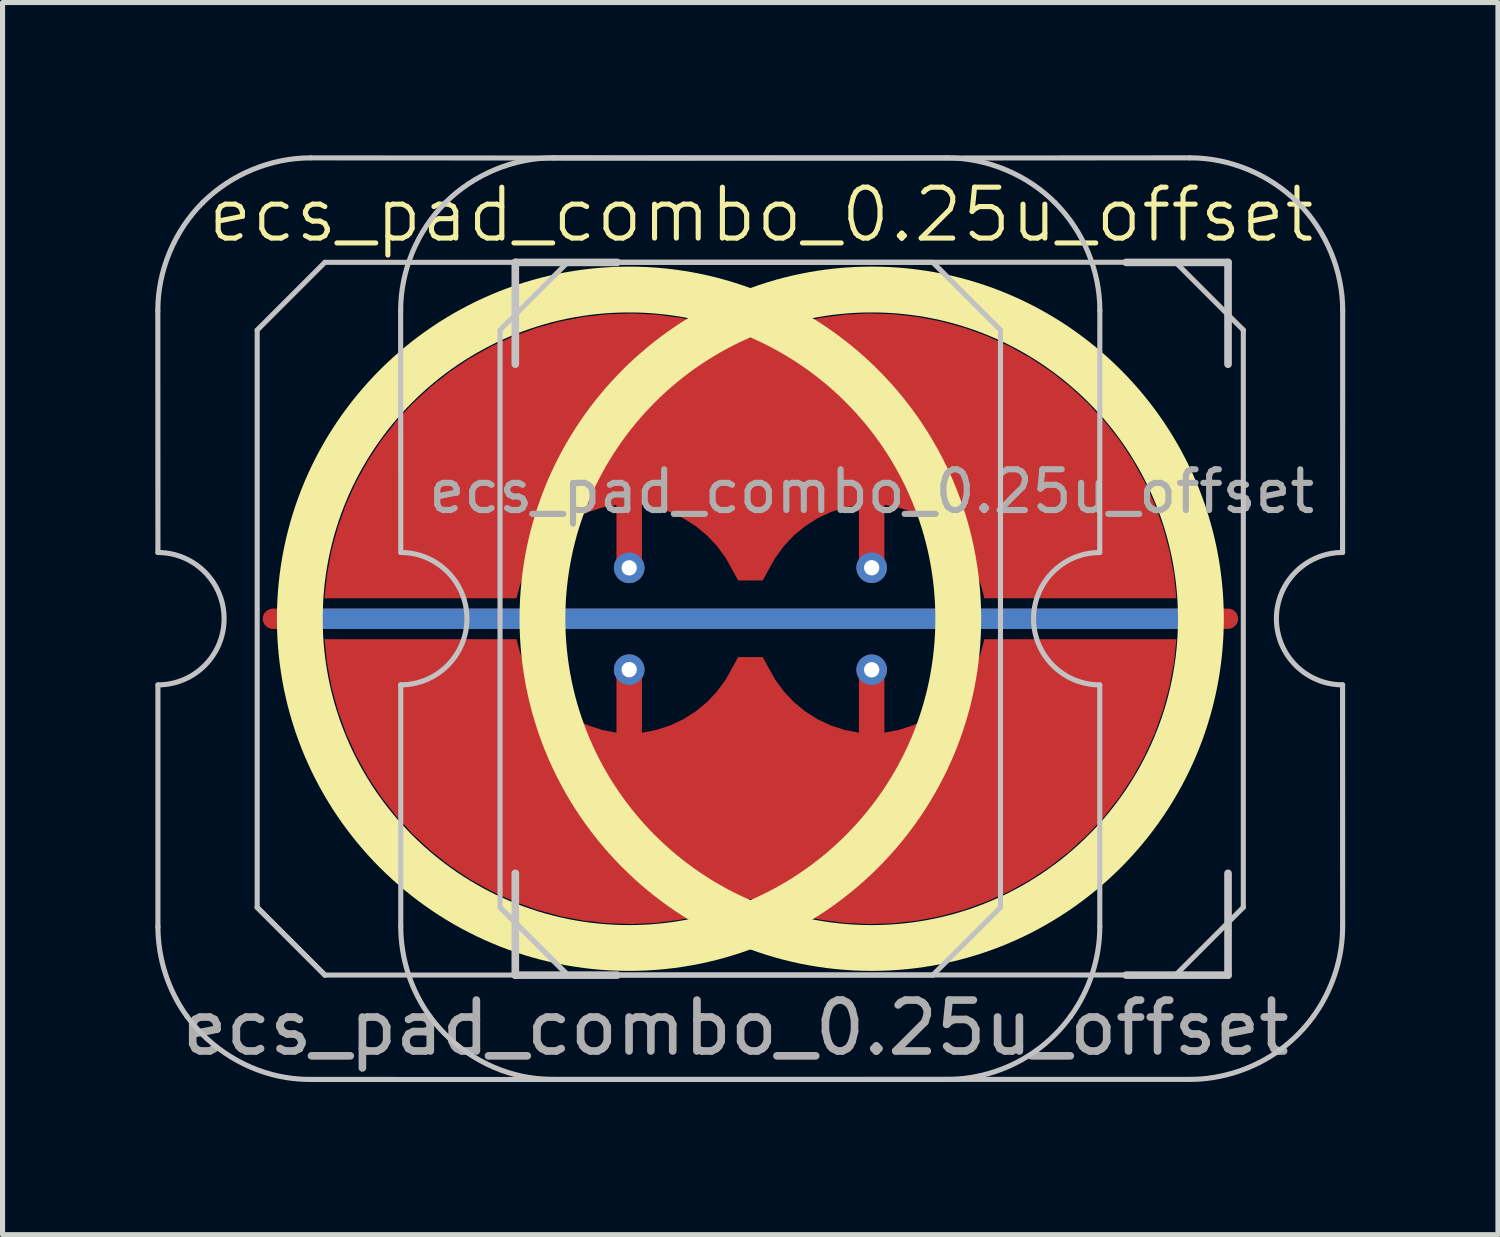
<source format=kicad_pcb>
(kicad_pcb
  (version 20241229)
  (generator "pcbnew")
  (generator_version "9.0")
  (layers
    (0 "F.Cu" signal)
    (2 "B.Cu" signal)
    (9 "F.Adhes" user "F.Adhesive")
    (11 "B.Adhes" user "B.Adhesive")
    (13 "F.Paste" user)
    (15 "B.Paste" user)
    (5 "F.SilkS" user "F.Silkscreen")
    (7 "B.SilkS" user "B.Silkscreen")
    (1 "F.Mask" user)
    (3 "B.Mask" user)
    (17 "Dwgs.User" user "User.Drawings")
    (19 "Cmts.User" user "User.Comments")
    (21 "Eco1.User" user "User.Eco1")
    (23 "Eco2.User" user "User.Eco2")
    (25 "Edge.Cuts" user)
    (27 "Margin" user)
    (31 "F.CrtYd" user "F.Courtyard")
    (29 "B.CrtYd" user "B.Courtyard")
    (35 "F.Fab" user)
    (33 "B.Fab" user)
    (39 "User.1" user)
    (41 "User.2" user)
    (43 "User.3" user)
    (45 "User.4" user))
  (footprint "ecs_pad_combo_0.25u_offset"
    (layer "F.Cu")
    (at 14.072 9.104)
    (property "Reference" "ecs_pad_combo_0.25u_offset" (at -2.17 -7.935 0) (unlocked yes) (layer "F.SilkS") (effects (font (size 1 1) (thickness 0.1))))
    (attr smd)
    (fp_circle (center -4.766 0) (end 1.701 0) (stroke (width 0.9) (type solid)) (fill no) (layer "F.SilkS"))
    (fp_circle (center 0 0) (end 6.467 0) (stroke (width 0.9) (type solid)) (fill no) (layer "F.SilkS"))
    (fp_line (start -14.022 -6.052) (end -14.02 -1.301) (stroke (width 0.1) (type solid)) (layer "Dwgs.User"))
    (fp_line (start -14.02 1.299) (end -14.02 6.048) (stroke (width 0.1) (type solid)) (layer "Dwgs.User"))
    (fp_line (start -12.07 -5.671) (end -10.74 -7.001) (stroke (width 0.1) (type solid)) (layer "Dwgs.User"))
    (fp_line (start -12.07 5.669) (end -12.07 -5.671) (stroke (width 0.1) (type solid)) (layer "Dwgs.User"))
    (fp_line (start -12.07 5.669) (end -10.74 6.999) (stroke (width 0.1) (type solid)) (layer "Dwgs.User"))
    (fp_line (start -10.74 -7.001) (end 1.2 -7.001) (stroke (width 0.1) (type solid)) (layer "Dwgs.User"))
    (fp_line (start -10.74 6.999) (end -12.07 5.669) (stroke (width 0.1) (type solid)) (layer "Dwgs.User"))
    (fp_line (start -9.252 -6.052) (end -9.25 -1.302) (stroke (width 0.1) (type solid)) (layer "Dwgs.User"))
    (fp_line (start -9.25 1.298) (end -9.25 6.047) (stroke (width 0.1) (type solid)) (layer "Dwgs.User"))
    (fp_line (start -7.3 -5.672) (end -5.97 -7.002) (stroke (width 0.1) (type solid)) (layer "Dwgs.User"))
    (fp_line (start -7.3 5.668) (end -7.3 -5.672) (stroke (width 0.1) (type solid)) (layer "Dwgs.User"))
    (fp_line (start -7.3 5.668) (end -5.97 6.998) (stroke (width 0.1) (type solid)) (layer "Dwgs.User"))
    (fp_line (start -7 -7) (end -7 -5) (stroke (width 0.15) (type solid)) (layer "Dwgs.User"))
    (fp_line (start -7 5) (end -7 7) (stroke (width 0.15) (type solid)) (layer "Dwgs.User"))
    (fp_line (start -7 7) (end -5 7) (stroke (width 0.15) (type solid)) (layer "Dwgs.User"))
    (fp_line (start -5.97 -7.002) (end 5.97 -7.002) (stroke (width 0.1) (type solid)) (layer "Dwgs.User"))
    (fp_line (start -5.97 6.998) (end -7.3 5.668) (stroke (width 0.1) (type solid)) (layer "Dwgs.User"))
    (fp_line (start -5 -7) (end -7 -7) (stroke (width 0.15) (type solid)) (layer "Dwgs.User"))
    (fp_line (start 1.2 -7.001) (end 2.53 -5.671) (stroke (width 0.1) (type solid)) (layer "Dwgs.User"))
    (fp_line (start 1.2 6.999) (end -10.74 6.999) (stroke (width 0.1) (type solid)) (layer "Dwgs.User"))
    (fp_line (start 2.53 -5.671) (end 2.53 5.669) (stroke (width 0.1) (type solid)) (layer "Dwgs.User"))
    (fp_line (start 2.53 5.669) (end 1.2 6.999) (stroke (width 0.1) (type solid)) (layer "Dwgs.User"))
    (fp_line (start 4.48 1.299) (end 4.481 6.048) (stroke (width 0.1) (type solid)) (layer "Dwgs.User"))
    (fp_line (start 4.482 -6.052) (end 4.48 -1.301) (stroke (width 0.1) (type solid)) (layer "Dwgs.User"))
    (fp_line (start 5 -7) (end 7 -7) (stroke (width 0.15) (type solid)) (layer "Dwgs.User"))
    (fp_line (start 5 7) (end 7 7) (stroke (width 0.15) (type solid)) (layer "Dwgs.User"))
    (fp_line (start 5.97 -7.002) (end 7.3 -5.672) (stroke (width 0.1) (type solid)) (layer "Dwgs.User"))
    (fp_line (start 5.97 6.998) (end -5.97 6.998) (stroke (width 0.1) (type solid)) (layer "Dwgs.User"))
    (fp_line (start 7 -7) (end 7 -5) (stroke (width 0.15) (type solid)) (layer "Dwgs.User"))
    (fp_line (start 7 7) (end 7 5) (stroke (width 0.15) (type solid)) (layer "Dwgs.User"))
    (fp_line (start 7.3 -5.672) (end 7.3 5.668) (stroke (width 0.1) (type solid)) (layer "Dwgs.User"))
    (fp_line (start 7.3 5.668) (end 5.97 6.998) (stroke (width 0.1) (type solid)) (layer "Dwgs.User"))
    (fp_line (start 9.25 1.298) (end 9.251 6.047) (stroke (width 0.1) (type solid)) (layer "Dwgs.User"))
    (fp_line (start 9.252 -6.052) (end 9.25 -1.302) (stroke (width 0.1) (type solid)) (layer "Dwgs.User"))
    (fp_arc (start -14.020059 -1.301143) (mid -12.720059 -0.001143) (end -14.020059 1.298857) (stroke (width 0.1) (type solid)) (layer "Dwgs.User"))
    (fp_arc (start -9.25 -1.302) (mid -7.95 -0.002) (end -9.25 1.298) (stroke (width 0.1) (type solid)) (layer "Dwgs.User"))
    (fp_arc (start 4.479941 1.298857) (mid 3.17994 -0.001143) (end 4.479941 -1.301143) (stroke (width 0.1) (type solid)) (layer "Dwgs.User"))
    (fp_arc (start 9.25 1.298) (mid 7.95 -0.002) (end 9.25 -1.302) (stroke (width 0.1) (type solid)) (layer "Dwgs.User"))
    (fp_curve (pts (xy -14.02 6.048) (xy -14.02 6.676) (xy -13.816 7.305) (xy -13.447 7.813)) (stroke (width 0.1) (type solid)) (layer "Dwgs.User"))
    (fp_curve (pts (xy -13.447 7.813) (xy -12.986 8.447) (xy -12.266 8.892) (xy -11.49 9.013)) (stroke (width 0.1) (type solid)) (layer "Dwgs.User"))
    (fp_curve (pts (xy -13.142 -8.173) (xy -13.696 -7.619) (xy -14.024 -6.837) (xy -14.022 -6.052)) (stroke (width 0.1) (type solid)) (layer "Dwgs.User"))
    (fp_curve (pts (xy -11.49 9.013) (xy -11.334 9.038) (xy -11.177 9.049) (xy -11.02 9.049)) (stroke (width 0.1) (type solid)) (layer "Dwgs.User"))
    (fp_curve (pts (xy -11.02 9.049) (xy -6.888 9.051) (xy -2.653 9.049) (xy 1.48 9.049)) (stroke (width 0.1) (type solid)) (layer "Dwgs.User"))
    (fp_curve (pts (xy -11.02 -9.053) (xy -11.805 -9.054) (xy -12.587 -8.727) (xy -13.142 -8.173)) (stroke (width 0.1) (type solid)) (layer "Dwgs.User"))
    (fp_curve (pts (xy -9.25 6.047) (xy -9.25 6.675) (xy -9.046 7.305) (xy -8.677 7.812)) (stroke (width 0.1) (type solid)) (layer "Dwgs.User"))
    (fp_curve (pts (xy -8.677 7.812) (xy -8.215 8.447) (xy -7.496 8.891) (xy -6.72 9.013)) (stroke (width 0.1) (type solid)) (layer "Dwgs.User"))
    (fp_curve (pts (xy -8.372 -8.174) (xy -8.926 -7.62) (xy -9.254 -6.838) (xy -9.252 -6.052)) (stroke (width 0.1) (type solid)) (layer "Dwgs.User"))
    (fp_curve (pts (xy -6.72 9.013) (xy -6.564 9.037) (xy -6.407 9.048) (xy -6.25 9.048)) (stroke (width 0.1) (type solid)) (layer "Dwgs.User"))
    (fp_curve (pts (xy -6.25 9.048) (xy -2.118 9.05) (xy 2.117 9.048) (xy 6.25 9.048)) (stroke (width 0.1) (type solid)) (layer "Dwgs.User"))
    (fp_curve (pts (xy -6.25 -9.054) (xy -7.035 -9.055) (xy -7.817 -8.728) (xy -8.372 -8.174)) (stroke (width 0.1) (type solid)) (layer "Dwgs.User"))
    (fp_curve (pts (xy 1.48 -9.053) (xy -2.654 -9.048) (xy -6.886 -9.048) (xy -11.02 -9.053)) (stroke (width 0.1) (type solid)) (layer "Dwgs.User"))
    (fp_curve (pts (xy 1.48 9.049) (xy 2.108 9.049) (xy 2.734 8.843) (xy 3.243 8.475)) (stroke (width 0.1) (type solid)) (layer "Dwgs.User"))
    (fp_curve (pts (xy 3.243 8.475) (xy 3.497 8.29) (xy 3.722 8.065) (xy 3.906 7.811)) (stroke (width 0.1) (type solid)) (layer "Dwgs.User"))
    (fp_curve (pts (xy 3.601 -8.173) (xy 3.047 -8.727) (xy 2.265 -9.054) (xy 1.48 -9.053)) (stroke (width 0.1) (type solid)) (layer "Dwgs.User"))
    (fp_curve (pts (xy 3.906 7.811) (xy 4.275 7.302) (xy 4.481 6.677) (xy 4.481 6.048)) (stroke (width 0.1) (type solid)) (layer "Dwgs.User"))
    (fp_curve (pts (xy 4.482 -6.052) (xy 4.484 -6.837) (xy 4.156 -7.619) (xy 3.601 -8.173)) (stroke (width 0.1) (type solid)) (layer "Dwgs.User"))
    (fp_curve (pts (xy 6.25 -9.054) (xy 2.116 -9.048) (xy -2.116 -9.048) (xy -6.25 -9.054)) (stroke (width 0.1) (type solid)) (layer "Dwgs.User"))
    (fp_curve (pts (xy 6.25 9.048) (xy 6.878 9.048) (xy 7.504 8.842) (xy 8.013 8.474)) (stroke (width 0.1) (type solid)) (layer "Dwgs.User"))
    (fp_curve (pts (xy 8.013 8.474) (xy 8.267 8.289) (xy 8.492 8.064) (xy 8.676 7.81)) (stroke (width 0.1) (type solid)) (layer "Dwgs.User"))
    (fp_curve (pts (xy 8.372 -8.174) (xy 7.817 -8.728) (xy 7.035 -9.055) (xy 6.25 -9.054)) (stroke (width 0.1) (type solid)) (layer "Dwgs.User"))
    (fp_curve (pts (xy 8.676 7.81) (xy 9.045 7.301) (xy 9.251 6.676) (xy 9.251 6.047)) (stroke (width 0.1) (type solid)) (layer "Dwgs.User"))
    (fp_curve (pts (xy 9.252 -6.052) (xy 9.254 -6.838) (xy 8.926 -7.62) (xy 8.372 -8.174)) (stroke (width 0.1) (type solid)) (layer "Dwgs.User"))
    (fp_circle (center -4.763 0) (end -3.763 0) (stroke (width 0.1) (type default)) (fill no) (layer "Eco1.User"))
    (fp_circle (center 0 0) (end 1 0) (stroke (width 0.1) (type default)) (fill no) (layer "Eco1.User"))
    (fp_text user "${REFERENCE}" (at -2.67 8.035 0) (unlocked yes) (layer "F.Fab") (effects (font (size 1 1) (thickness 0.15))))
    (fp_text user "${REFERENCE}" (at 0 -2.5 0) (layer "F.Fab") (effects (font (size 0.8 0.8) (thickness 0.12))))
    (pad "1" thru_hole circle (at -4.763 -1) (size 0.6 0.6) (drill 0.3) (layers "*.Cu"))
    (pad "1" smd custom (at 0 -1.002 180) (size 0.169 0.169) (layers "F.Cu") (options (anchor circle)) (primitives (gr_poly (pts (xy -0.231 -0.096) (xy -0.177 -0.177) (xy -0.096 -0.231) (xy 0 -0.25) (xy 0.096 -0.231) (xy 0.177 -0.177) (xy 0.231 -0.096) (xy 0.25 0) (xy 0.25 1.236) (xy 0.532 1.182) (xy 0.805 1.093) (xy 1.064 0.971) (xy 1.307 0.817) (xy 1.528 0.635) (xy 1.725 0.426) (xy 1.894 0.194) (xy 2.034 -0.056) (xy 2.141 -0.25) (xy 2.214 -0.25) (xy 2.549 -0.25) (xy 2.622 -0.25) (xy 2.729 -0.056) (xy 2.868 0.194) (xy 3.038 0.426) (xy 3.235 0.635) (xy 3.456 0.817) (xy 3.698 0.971) (xy 3.958 1.093) (xy 4.231 1.182) (xy 4.512 1.236) (xy 4.512 0) (xy 4.532 -0.096) (xy 4.586 -0.177) (xy 4.667 -0.231) (xy 4.763 -0.25) (xy 4.858 -0.231) (xy 4.939 -0.177) (xy 4.993 -0.096) (xy 5.013 0) (xy 5.013 1.236) (xy 5.294 1.182) (xy 5.567 1.093) (xy 5.827 0.971) (xy 6.069 0.817) (xy 6.29 0.635) (xy 6.487 0.426) (xy 6.657 0.194) (xy 6.796 -0.056) (xy 6.903 -0.323) (xy 6.976 -0.6) (xy 10.748 -0.6) (xy 10.697 -0.125) (xy 10.609 0.344) (xy 10.483 0.805) (xy 10.321 1.255) (xy 10.123 1.69) (xy 9.892 2.108) (xy 9.628 2.506) (xy 9.333 2.882) (xy 9.01 3.233) (xy 8.659 3.557) (xy 8.284 3.853) (xy 7.886 4.118) (xy 7.469 4.35) (xy 7.034 4.548) (xy 6.585 4.711) (xy 6.125 4.838) (xy 5.655 4.928) (xy 5.18 4.98) (xy 4.703 4.995) (xy 4.226 4.971) (xy 3.752 4.909) (xy 3.285 4.81) (xy 2.827 4.674) (xy 2.381 4.502) (xy 1.936 4.674) (xy 1.478 4.81) (xy 1.01 4.909) (xy 0.537 4.971) (xy 0.06 4.995) (xy -0.418 4.98) (xy -0.893 4.928) (xy -1.362 4.838) (xy -1.823 4.711) (xy -2.272 4.548) (xy -2.706 4.35) (xy -3.124 4.118) (xy -3.521 3.853) (xy -3.897 3.557) (xy -4.247 3.233) (xy -4.571 2.882) (xy -4.866 2.506) (xy -5.129 2.108) (xy -5.361 1.69) (xy -5.558 1.255) (xy -5.72 0.805) (xy -5.846 0.344) (xy -5.935 -0.125) (xy -5.986 -0.6) (xy -2.214 -0.6) (xy -2.141 -0.323) (xy -2.034 -0.056) (xy -1.894 0.194) (xy -1.725 0.426) (xy -1.528 0.635) (xy -1.307 0.817) (xy -1.064 0.971) (xy -0.805 1.093) (xy -0.532 1.182) (xy -0.25 1.236) (xy -0.25 0)) (width 0) (fill yes))))
    (pad "1" thru_hole circle (at 0 -1.002) (size 0.6 0.6) (drill 0.3) (layers "*.Cu"))
    (pad "2" thru_hole circle (at -4.763 1) (size 0.6 0.6) (drill 0.3) (layers "*.Cu"))
    (pad "2" smd custom (at 0 1.002) (size 0.169 0.169) (layers "F.Cu") (options (anchor circle)) (primitives (gr_poly (pts (xy 0.231 -0.096) (xy 0.177 -0.177) (xy 0.096 -0.231) (xy 0 -0.25) (xy -0.096 -0.231) (xy -0.177 -0.177) (xy -0.231 -0.096) (xy -0.25 0) (xy -0.25 1.236) (xy -0.532 1.182) (xy -0.805 1.093) (xy -1.064 0.971) (xy -1.307 0.817) (xy -1.528 0.635) (xy -1.725 0.426) (xy -1.894 0.194) (xy -2.034 -0.056) (xy -2.141 -0.25) (xy -2.214 -0.25) (xy -2.549 -0.25) (xy -2.622 -0.25) (xy -2.729 -0.056) (xy -2.868 0.194) (xy -3.038 0.426) (xy -3.235 0.635) (xy -3.456 0.817) (xy -3.698 0.971) (xy -3.958 1.093) (xy -4.231 1.182) (xy -4.512 1.236) (xy -4.512 0) (xy -4.532 -0.096) (xy -4.586 -0.177) (xy -4.667 -0.231) (xy -4.763 -0.25) (xy -4.858 -0.231) (xy -4.939 -0.177) (xy -4.993 -0.096) (xy -5.013 0) (xy -5.013 1.236) (xy -5.294 1.182) (xy -5.567 1.093) (xy -5.827 0.971) (xy -6.069 0.817) (xy -6.29 0.635) (xy -6.487 0.426) (xy -6.657 0.194) (xy -6.796 -0.056) (xy -6.903 -0.323) (xy -6.976 -0.6) (xy -10.748 -0.6) (xy -10.697 -0.125) (xy -10.609 0.344) (xy -10.483 0.805) (xy -10.321 1.255) (xy -10.123 1.69) (xy -9.892 2.108) (xy -9.628 2.506) (xy -9.333 2.882) (xy -9.01 3.233) (xy -8.659 3.557) (xy -8.284 3.853) (xy -7.886 4.118) (xy -7.469 4.35) (xy -7.034 4.548) (xy -6.585 4.711) (xy -6.125 4.838) (xy -5.655 4.928) (xy -5.18 4.98) (xy -4.703 4.995) (xy -4.226 4.971) (xy -3.752 4.909) (xy -3.285 4.81) (xy -2.827 4.674) (xy -2.381 4.502) (xy -1.936 4.674) (xy -1.478 4.81) (xy -1.01 4.909) (xy -0.537 4.971) (xy -0.06 4.995) (xy 0.418 4.98) (xy 0.893 4.928) (xy 1.362 4.838) (xy 1.823 4.711) (xy 2.272 4.548) (xy 2.706 4.35) (xy 3.124 4.118) (xy 3.521 3.853) (xy 3.897 3.557) (xy 4.247 3.233) (xy 4.571 2.882) (xy 4.866 2.506) (xy 5.129 2.108) (xy 5.361 1.69) (xy 5.558 1.255) (xy 5.72 0.805) (xy 5.846 0.344) (xy 5.935 -0.125) (xy 5.986 -0.6) (xy 2.214 -0.6) (xy 2.141 -0.323) (xy 2.034 -0.056) (xy 1.894 0.194) (xy 1.725 0.426) (xy 1.528 0.635) (xy 1.307 0.817) (xy 1.064 0.971) (xy 0.805 1.093) (xy 0.532 1.182) (xy 0.25 1.236) (xy 0.25 0)) (width 0) (fill yes))))
    (pad "2" thru_hole circle (at 0 1.002) (size 0.6 0.6) (drill 0.3) (layers "*.Cu"))
    (pad "3" smd custom (at 0 0 90) (size 0.4 0.4) (layers "F.Cu") (options (anchor rect)) (primitives (gr_line (start 0 -11.763) (end 0 7) (width 0.4))))
    (pad "3" smd custom (at 0 0 90) (size 0.4 0.4) (layers "B.Cu") (options (anchor rect)) (primitives (gr_line (start 0 -11.263) (end 0 6.5) (width 0.4))))
    (zone (net_name "") (layer "F.Cu") (hatch edge 0.508) (connect_pads) (min_thickness 0.254) (filled_areas_thickness no) (keepout (tracks allowed) (vias allowed) (pads allowed) (copperpour not_allowed) (footprints allowed)) (placement (enabled no)) (fill) (polygon (pts (xy 9.309 16.109) (xy 9.822 16.09) (xy 10.332 16.033) (xy 10.837 15.94) (xy 11.334 15.81) (xy 11.819 15.643) (xy 12.291 15.442) (xy 12.748 15.206) (xy 13.185 14.938) (xy 13.602 14.639) (xy 13.996 14.309) (xy 14.365 13.952) (xy 14.706 13.569) (xy 15.019 13.162) (xy 15.301 12.732) (xy 15.55 12.284) (xy 15.766 11.818) (xy 15.948 11.338) (xy 16.094 10.846) (xy 16.203 10.344) (xy 16.275 9.836) (xy 16.31 9.324) (xy 16.308 8.81) (xy 16.267 8.299) (xy 16.19 7.791) (xy 16.075 7.291) (xy 15.924 6.8) (xy 15.738 6.322) (xy 15.517 5.858) (xy 15.262 5.412) (xy 14.976 4.986) (xy 14.659 4.582) (xy 14.314 4.203) (xy 13.941 3.849) (xy 13.544 3.524) (xy 13.124 3.229) (xy 12.684 2.965) (xy 12.225 2.735) (xy 11.751 2.538) (xy 11.263 2.377) (xy 10.765 2.252) (xy 10.26 2.164) (xy 9.749 2.113) (xy 9.236 2.099) (xy 8.723 2.123) (xy 8.213 2.185) (xy 7.709 2.284) (xy 7.214 2.419) (xy 6.73 2.591) (xy 6.26 2.797) (xy 5.806 3.037) (xy 5.372 3.31) (xy 4.958 3.614) (xy 4.567 3.947) (xy 4.203 4.309) (xy 3.865 4.695) (xy 3.557 5.106) (xy 3.279 5.538) (xy 3.034 5.989) (xy 2.823 6.457) (xy 2.647 6.939) (xy 2.506 7.433) (xy 2.402 7.936) (xy 2.335 8.444) (xy 2.306 8.957) (xy 2.314 9.47) (xy 2.359 9.982) (xy 2.442 10.488) (xy 2.562 10.987) (xy 2.718 11.477) (xy 2.91 11.953) (xy 3.135 12.414) (xy 3.394 12.857) (xy 3.685 13.28) (xy 4.006 13.681) (xy 4.356 14.057) (xy 4.732 14.406) (xy 5.132 14.727) (xy 5.555 15.018) (xy 5.999 15.277) (xy 6.46 15.503) (xy 6.936 15.694) (xy 7.425 15.851) (xy 7.924 15.97) (xy 8.431 16.053) (xy 8.942 16.099))))
    (zone (net_name "") (layer "F.Cu") (hatch edge 0.508) (connect_pads) (min_thickness 0.254) (filled_areas_thickness no) (keepout (tracks allowed) (vias allowed) (pads allowed) (copperpour not_allowed) (footprints allowed)) (placement (enabled no)) (fill) (polygon (pts (xy 14.072 2.097) (xy 13.559 2.116) (xy 13.049 2.172) (xy 12.544 2.266) (xy 12.047 2.396) (xy 11.562 2.562) (xy 11.089 2.763) (xy 10.633 2.999) (xy 10.195 3.267) (xy 9.779 3.567) (xy 9.385 3.896) (xy 9.016 4.253) (xy 8.675 4.637) (xy 8.362 5.044) (xy 8.08 5.473) (xy 7.83 5.922) (xy 7.614 6.387) (xy 7.433 6.867) (xy 7.287 7.36) (xy 7.178 7.861) (xy 7.105 8.37) (xy 7.07 8.882) (xy 7.073 9.395) (xy 7.113 9.907) (xy 7.191 10.414) (xy 7.306 10.915) (xy 7.457 11.405) (xy 7.643 11.884) (xy 7.864 12.347) (xy 8.118 12.793) (xy 8.405 13.219) (xy 8.722 13.623) (xy 9.067 14.003) (xy 9.439 14.356) (xy 9.837 14.681) (xy 10.257 14.977) (xy 10.697 15.24) (xy 11.156 15.471) (xy 11.63 15.667) (xy 12.118 15.828) (xy 12.615 15.954) (xy 13.121 16.042) (xy 13.632 16.093) (xy 14.145 16.106) (xy 14.658 16.082) (xy 15.168 16.02) (xy 15.671 15.922) (xy 16.167 15.786) (xy 16.651 15.615) (xy 17.121 15.408) (xy 17.574 15.168) (xy 18.009 14.895) (xy 18.423 14.591) (xy 18.813 14.258) (xy 19.178 13.897) (xy 19.516 13.51) (xy 19.824 13.1) (xy 20.101 12.668) (xy 20.346 12.216) (xy 20.558 11.748) (xy 20.734 11.266) (xy 20.875 10.773) (xy 20.979 10.27) (xy 21.046 9.761) (xy 21.075 9.248) (xy 21.067 8.735) (xy 21.022 8.224) (xy 20.939 7.717) (xy 20.819 7.218) (xy 20.663 6.729) (xy 20.471 6.253) (xy 20.245 5.792) (xy 19.986 5.348) (xy 19.696 4.925) (xy 19.375 4.525) (xy 19.025 4.148) (xy 18.649 3.799) (xy 18.248 3.478) (xy 17.825 3.187) (xy 17.382 2.928) (xy 16.921 2.702) (xy 16.445 2.511) (xy 15.956 2.355) (xy 15.456 2.235) (xy 14.95 2.152) (xy 14.438 2.106))))
    (zone (net_name "") (layer "B.Cu") (hatch edge 0.508) (connect_pads) (min_thickness 0.254) (filled_areas_thickness no) (keepout (tracks allowed) (vias allowed) (pads allowed) (copperpour not_allowed) (footprints allowed)) (placement (enabled no)) (fill) (polygon (pts (xy 9.309 15.662) (xy 9.823 15.642) (xy 10.335 15.581) (xy 10.84 15.481) (xy 11.335 15.341) (xy 11.819 15.163) (xy 12.286 14.947) (xy 12.736 14.696) (xy 13.164 14.409) (xy 13.568 14.091) (xy 13.946 13.741) (xy 14.296 13.363) (xy 14.615 12.959) (xy 14.901 12.53) (xy 15.152 12.081) (xy 15.368 11.613) (xy 15.546 11.13) (xy 15.686 10.635) (xy 15.786 10.13) (xy 15.847 9.618) (xy 15.867 9.104) (xy 15.847 8.589) (xy 15.786 8.078) (xy 15.686 7.573) (xy 15.546 7.077) (xy 15.368 6.594) (xy 15.152 6.126) (xy 14.901 5.677) (xy 14.615 5.249) (xy 14.296 4.844) (xy 13.946 4.466) (xy 13.568 4.117) (xy 13.164 3.798) (xy 12.736 3.512) (xy 12.286 3.26) (xy 11.819 3.045) (xy 11.335 2.866) (xy 10.84 2.727) (xy 10.335 2.626) (xy 9.823 2.566) (xy 9.309 2.545) (xy 8.794 2.566) (xy 8.283 2.626) (xy 7.778 2.727) (xy 7.282 2.866) (xy 6.799 3.045) (xy 6.331 3.26) (xy 5.882 3.512) (xy 5.454 3.798) (xy 5.05 4.117) (xy 4.671 4.466) (xy 4.322 4.844) (xy 4.003 5.249) (xy 3.717 5.677) (xy 3.465 6.126) (xy 3.25 6.594) (xy 3.072 7.077) (xy 2.932 7.573) (xy 2.831 8.078) (xy 2.771 8.589) (xy 2.751 9.104) (xy 2.771 9.618) (xy 2.831 10.13) (xy 2.932 10.635) (xy 3.072 11.13) (xy 3.25 11.613) (xy 3.465 12.081) (xy 3.717 12.53) (xy 4.003 12.959) (xy 4.322 13.363) (xy 4.671 13.741) (xy 5.05 14.091) (xy 5.454 14.409) (xy 5.882 14.696) (xy 6.331 14.947) (xy 6.799 15.163) (xy 7.282 15.341) (xy 7.778 15.481) (xy 8.283 15.581) (xy 8.794 15.642))))
    (zone (net_name "") (layer "B.Cu") (hatch edge 0.508) (connect_pads) (min_thickness 0.254) (filled_areas_thickness no) (keepout (tracks allowed) (vias allowed) (pads allowed) (copperpour not_allowed) (footprints allowed)) (placement (enabled no)) (fill) (polygon (pts (xy 14.072 2.543) (xy 13.557 2.564) (xy 13.046 2.624) (xy 12.541 2.725) (xy 12.045 2.864) (xy 11.562 3.043) (xy 11.094 3.258) (xy 10.645 3.51) (xy 10.217 3.796) (xy 9.813 4.115) (xy 9.434 4.464) (xy 9.085 4.842) (xy 8.766 5.247) (xy 8.48 5.675) (xy 8.228 6.124) (xy 8.013 6.592) (xy 7.835 7.075) (xy 7.695 7.571) (xy 7.594 8.076) (xy 7.534 8.587) (xy 7.514 9.102) (xy 7.534 9.616) (xy 7.594 10.128) (xy 7.695 10.633) (xy 7.835 11.128) (xy 8.013 11.611) (xy 8.228 12.079) (xy 8.48 12.528) (xy 8.766 12.957) (xy 9.085 13.361) (xy 9.434 13.739) (xy 9.813 14.089) (xy 10.217 14.407) (xy 10.645 14.694) (xy 11.094 14.945) (xy 11.562 15.161) (xy 12.045 15.339) (xy 12.541 15.479) (xy 13.046 15.579) (xy 13.557 15.64) (xy 14.072 15.66) (xy 14.586 15.64) (xy 15.098 15.579) (xy 15.603 15.479) (xy 16.098 15.339) (xy 16.582 15.161) (xy 17.049 14.945) (xy 17.499 14.694) (xy 17.927 14.407) (xy 18.331 14.089) (xy 18.709 13.739) (xy 19.059 13.361) (xy 19.378 12.957) (xy 19.664 12.528) (xy 19.915 12.079) (xy 20.131 11.611) (xy 20.309 11.128) (xy 20.449 10.633) (xy 20.549 10.128) (xy 20.61 9.616) (xy 20.63 9.102) (xy 20.61 8.587) (xy 20.549 8.076) (xy 20.449 7.571) (xy 20.309 7.075) (xy 20.131 6.592) (xy 19.915 6.124) (xy 19.664 5.675) (xy 19.378 5.247) (xy 19.059 4.842) (xy 18.709 4.464) (xy 18.331 4.115) (xy 17.927 3.796) (xy 17.499 3.51) (xy 17.049 3.258) (xy 16.582 3.043) (xy 16.098 2.864) (xy 15.603 2.725) (xy 15.098 2.624) (xy 14.586 2.564)))))
  (gr_rect
    (start -3 -3)
    (end 26.374 21.203)
    (stroke (width 0.1) (type default))
    (fill no)
    (layer "Edge.Cuts")))
</source>
